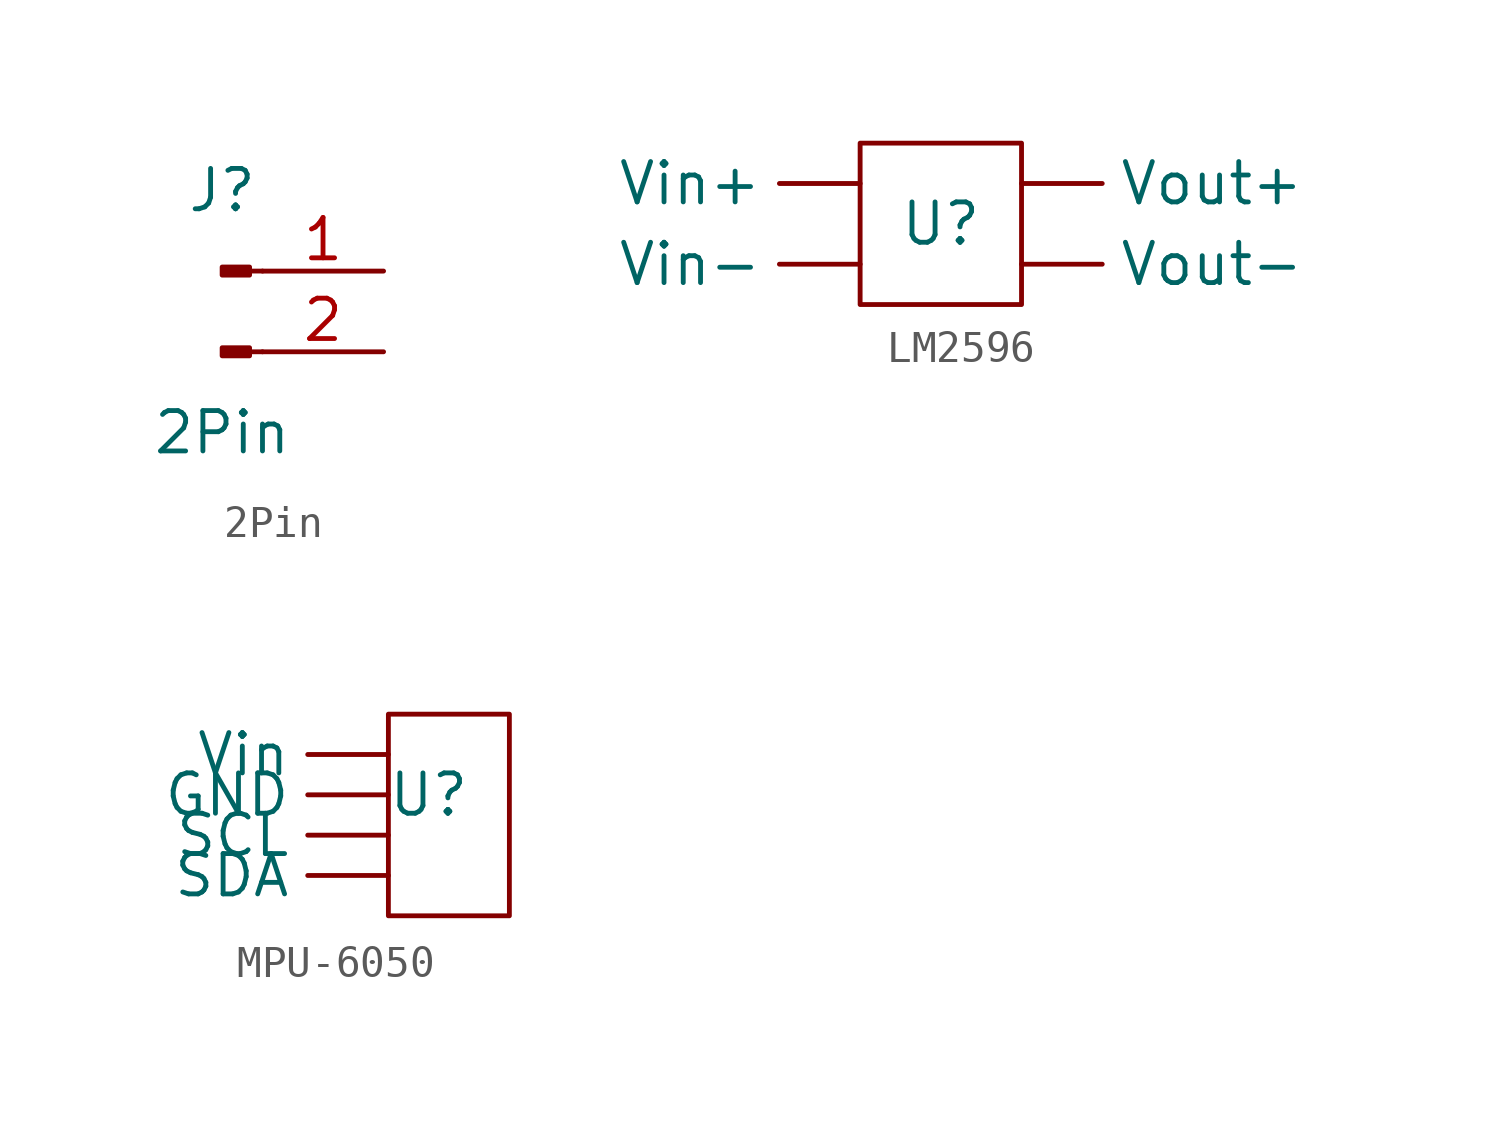
<source format=kicad_sym>
(kicad_symbol_lib
  (version 20220914)
  (generator kicad_symbol_editor)
  (symbol "2Pin"
    (pin_names
      (offset 1.016) hide)
    (property "Reference" "J"
      (at 0 2.54 0)
      (effects (font (size 1.27 1.27))))
    (property "Value" "2Pin"
      (at 0 -5.08 0)
      (effects (font (size 1.27 1.27))))
    (property "ki_locked" ""
      (at 0 0 0)
      (effects (font (size 1.27 1.27))))
    (symbol "2Pin_1_1"
      (polyline (pts (xy 1.27 -2.54) (xy 0.864 -2.54)) (stroke (width 0.152) (type default)) (fill (type none)))
      (polyline (pts (xy 1.27 0) (xy 0.864 0)) (stroke (width 0.152) (type default)) (fill (type none)))
      (rectangle (start 0.864 -2.413) (end 0 -2.667) (stroke (width 0.152) (type default)) (fill (type outline)))
      (rectangle (start 0.864 0.127) (end 0 -0.127) (stroke (width 0.152) (type default)) (fill (type outline)))
      (pin passive line (at 5.08 0 180) (length 3.81) (name "Pin_1" (effects (font (size 1.27 1.27)))) (number "1" (effects (font (size 1.27 1.27)))))
      (pin passive line (at 5.08 -2.54 180) (length 3.81) (name "Pin_2" (effects (font (size 1.27 1.27)))) (number "2" (effects (font (size 1.27 1.27)))))))
  (symbol "LM2596"
    (property "Reference" "U"
      (at 0 0 0)
      (effects (font (size 1.27 1.27))))
    (property "Value" ""
      (at 0 0 0)
      (effects (font (size 1.27 1.27))))
    (symbol "LM2596_0_1"
      (rectangle (start -2.54 2.54) (end 2.54 -2.54) (stroke (width 0) (type default)) (fill (type none))))
    (symbol "LM2596_1_1"
      (pin input line (at -2.54 1.27 180) (length 2.54) (name "Vin+" (effects (font (size 1.27 1.27)))) (number "" (effects (font (size 1.27 1.27)))))
      (pin input line (at -2.54 -1.27 180) (length 2.54) (name "Vin-" (effects (font (size 1.27 1.27)))) (number "" (effects (font (size 1.27 1.27)))))
      (pin output line (at 2.54 1.27 0) (length 2.54) (name "Vout+" (effects (font (size 1.27 1.27)))) (number "" (effects (font (size 1.27 1.27)))))
      (pin output line (at 2.54 -1.27 0) (length 2.54) (name "Vout-" (effects (font (size 1.27 1.27)))) (number "" (effects (font (size 1.27 1.27)))))))
  (symbol "MPU-6050"
    (property "Reference" "U"
      (at 0 0 0)
      (effects (font (size 1.27 1.27))))
    (property "Value" ""
      (at 0 0 0)
      (effects (font (size 1.27 1.27))))
    (symbol "MPU-6050_0_1"
      (rectangle (start -1.27 2.54) (end 2.54 -3.81) (stroke (width 0) (type default)) (fill (type none))))
    (symbol "MPU-6050_1_1"
      (pin input line (at -1.27 0 180) (length 2.54) (name "GND" (effects (font (size 1.27 1.27)))) (number "" (effects (font (size 1.27 1.27)))))
      (pin input line (at -1.27 -1.27 180) (length 2.54) (name "SCL" (effects (font (size 1.27 1.27)))) (number "" (effects (font (size 1.27 1.27)))))
      (pin input line (at -1.27 -2.54 180) (length 2.54) (name "SDA" (effects (font (size 1.27 1.27)))) (number "" (effects (font (size 1.27 1.27)))))
      (pin input line (at -1.27 1.27 180) (length 2.54) (name "Vin" (effects (font (size 1.27 1.27)))) (number "" (effects (font (size 1.27 1.27))))))))
</source>
